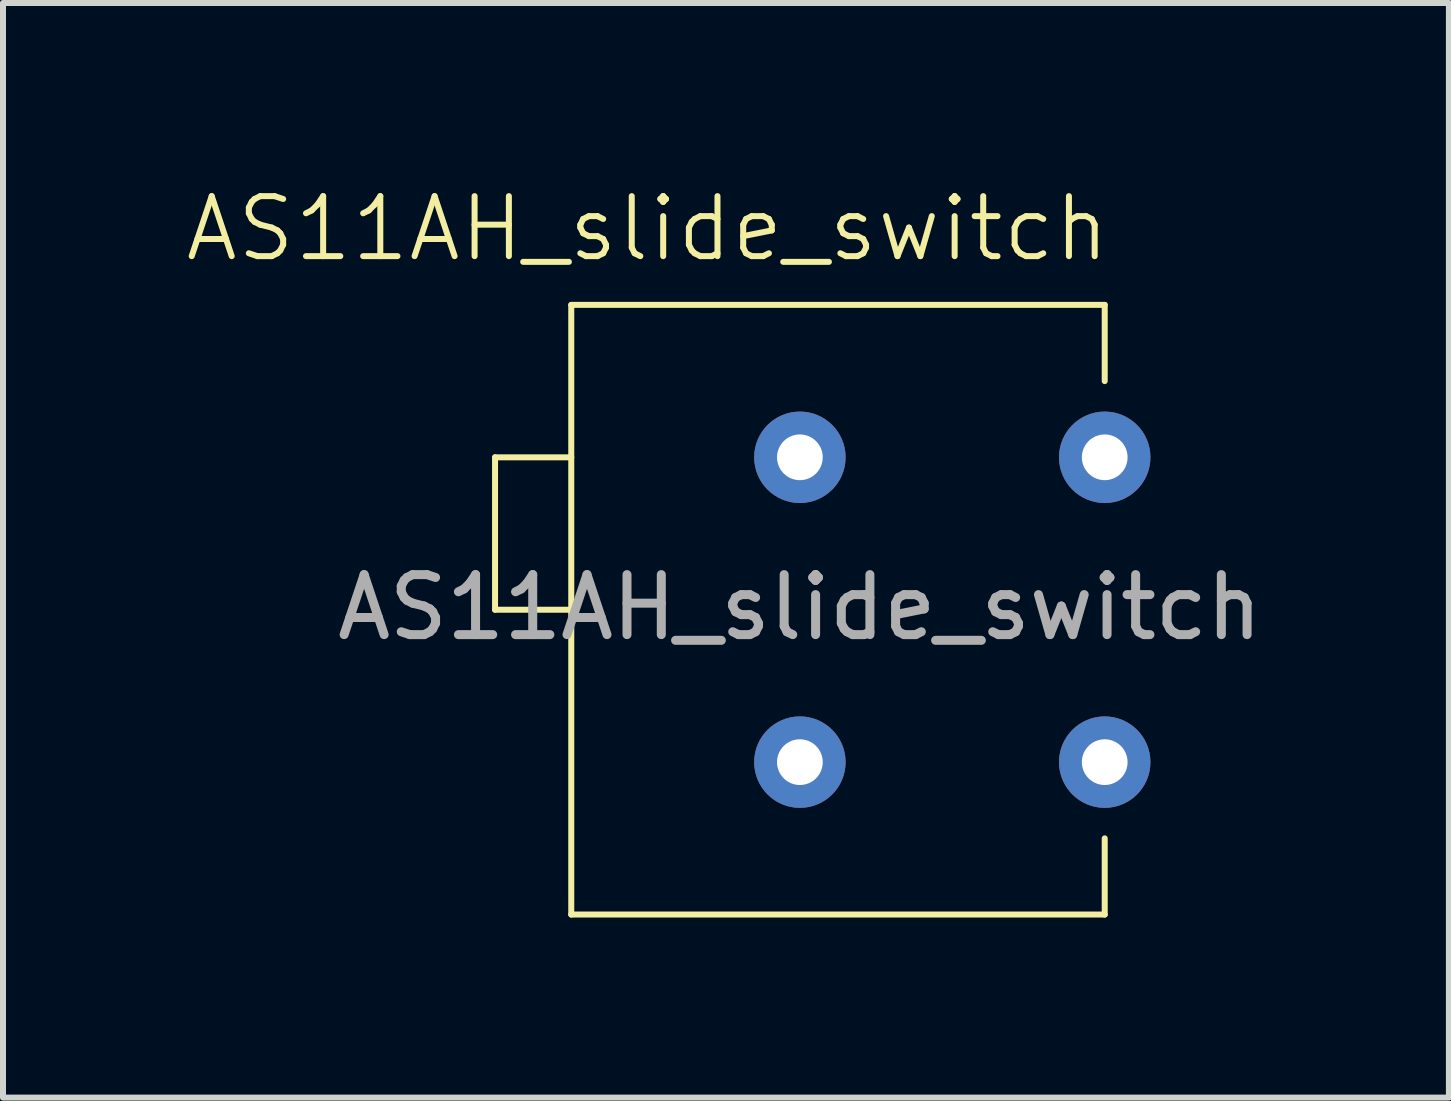
<source format=kicad_pcb>
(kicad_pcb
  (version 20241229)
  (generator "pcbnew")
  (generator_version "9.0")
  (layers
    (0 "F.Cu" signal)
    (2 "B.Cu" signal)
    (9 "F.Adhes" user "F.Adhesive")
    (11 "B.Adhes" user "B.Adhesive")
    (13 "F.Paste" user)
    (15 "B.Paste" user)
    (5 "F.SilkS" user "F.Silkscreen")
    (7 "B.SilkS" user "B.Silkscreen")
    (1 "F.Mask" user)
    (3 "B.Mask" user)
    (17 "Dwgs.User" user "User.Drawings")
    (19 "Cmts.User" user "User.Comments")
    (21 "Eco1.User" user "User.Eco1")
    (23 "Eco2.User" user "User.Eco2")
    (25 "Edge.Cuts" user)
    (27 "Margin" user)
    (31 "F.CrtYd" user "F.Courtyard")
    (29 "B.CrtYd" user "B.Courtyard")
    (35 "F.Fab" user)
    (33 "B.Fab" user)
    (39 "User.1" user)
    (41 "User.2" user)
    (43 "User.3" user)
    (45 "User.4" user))
  (footprint "AS11AH_slide_switch"
    (layer "F.Cu")
    (at 12.82 7.111)
    (property "Reference" "AS11AH_slide_switch" (at -5.08 -6.35 0) (unlocked yes) (layer "F.SilkS") (effects (font (size 1 1) (thickness 0.1))))
    (attr through_hole)
    (fp_line (start -7.62 -2.54) (end -7.62 0) (stroke (width 0.1) (type default)) (layer "F.SilkS"))
    (fp_line (start -7.62 0) (end -6.35 0) (stroke (width 0.1) (type default)) (layer "F.SilkS"))
    (fp_line (start -6.35 -5.08) (end -6.35 5.08) (stroke (width 0.1) (type default)) (layer "F.SilkS"))
    (fp_line (start -6.35 -2.54) (end -7.62 -2.54) (stroke (width 0.1) (type default)) (layer "F.SilkS"))
    (fp_line (start -6.35 5.08) (end 2.54 5.08) (stroke (width 0.1) (type default)) (layer "F.SilkS"))
    (fp_line (start 2.54 -5.08) (end -6.35 -5.08) (stroke (width 0.1) (type default)) (layer "F.SilkS"))
    (fp_line (start 2.54 -3.81) (end 2.54 -5.08) (stroke (width 0.1) (type default)) (layer "F.SilkS"))
    (fp_line (start 2.54 5.08) (end 2.54 3.81) (stroke (width 0.1) (type default)) (layer "F.SilkS"))
    (fp_text user "${REFERENCE}" (at -2.54 -0.04 0) (unlocked yes) (layer "F.Fab") (effects (font (size 1 1) (thickness 0.15))))
    (pad "1" thru_hole circle (at 2.54 -2.54) (size 1.524 1.524) (drill 0.762) (layers "*.Cu" "*.Mask"))
    (pad "2" thru_hole circle (at 2.54 2.54) (size 1.524 1.524) (drill 0.762) (layers "*.Cu" "*.Mask"))
    (pad "3" thru_hole circle (at -2.54 -2.54) (size 1.524 1.524) (drill 0.762) (layers "*.Cu" "*.Mask"))
    (pad "4" thru_hole circle (at -2.54 2.54) (size 1.524 1.524) (drill 0.762) (layers "*.Cu" "*.Mask")))
  (gr_rect
    (start -3 -3)
    (end 21.096 15.241)
    (stroke (width 0.1) (type default))
    (fill no)
    (layer "Edge.Cuts")))
</source>
